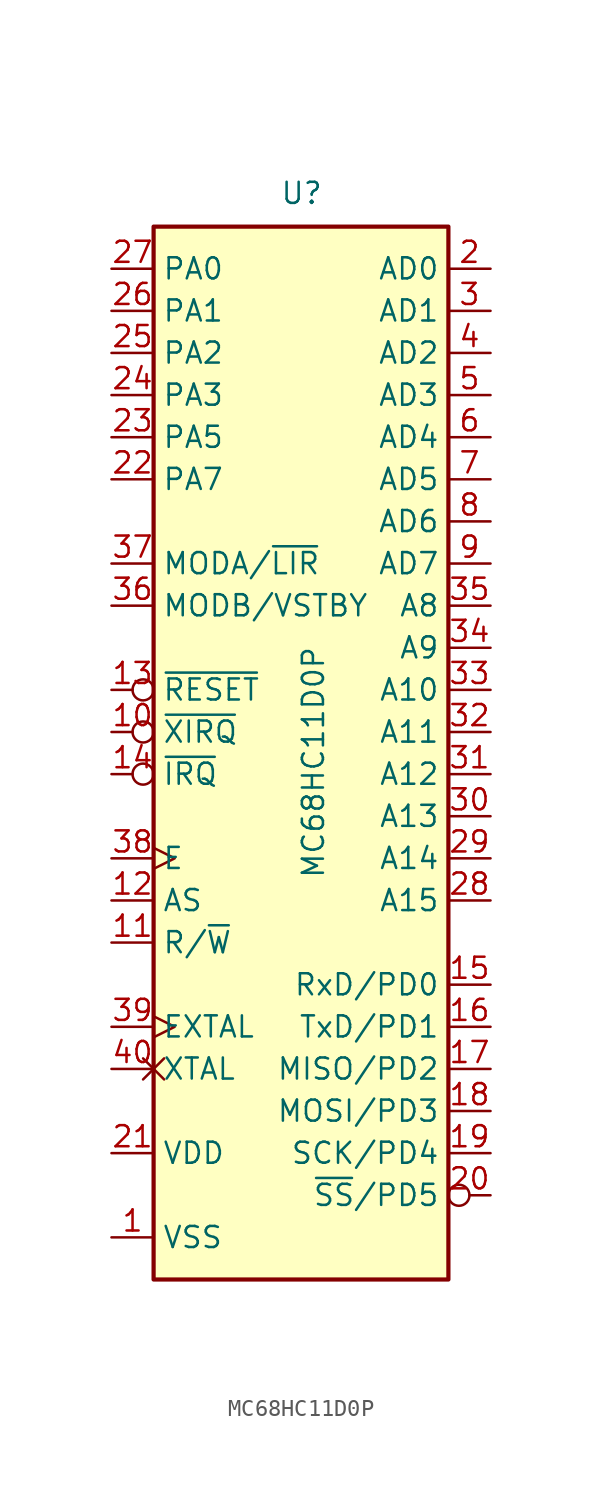
<source format=kicad_sym>
(kicad_symbol_lib
  (version 20220914)
  (generator kicad_symbol_editor)
  (symbol "MC68HC11D0P"
    (property "Reference" "U"
      (at -1.27 31.75 0)
      (effects (font (size 1.27 1.27)) (justify left bottom)))
    (property "Value" "MC68HC11D0P"
      (at 0 -8.89 90)
      (effects (font (size 1.27 1.27)) (justify left top)))
    (symbol "MC68HC11D0P_0_1"
      (rectangle (start -8.89 -33.02) (end 8.89 30.48) (stroke (width 0.254) (type default)) (fill (type background))))
    (symbol "MC68HC11D0P_1_1"
      (pin power_in line (at -11.43 -30.48 0) (length 2.54) (name "VSS" (effects (font (size 1.27 1.27)))) (number "1" (effects (font (size 1.27 1.27)))))
      (pin input inverted (at -11.43 0 0) (length 2.54) (name "~{XIRQ}" (effects (font (size 1.27 1.27)))) (number "10" (effects (font (size 1.27 1.27)))))
      (pin output line (at -11.43 -12.7 0) (length 2.54) (name "R/~{W}" (effects (font (size 1.27 1.27)))) (number "11" (effects (font (size 1.27 1.27)))))
      (pin output line (at -11.43 -10.16 0) (length 2.54) (name "AS" (effects (font (size 1.27 1.27)))) (number "12" (effects (font (size 1.27 1.27)))))
      (pin bidirectional inverted (at -11.43 2.54 0) (length 2.54) (name "~{RESET}" (effects (font (size 1.27 1.27)))) (number "13" (effects (font (size 1.27 1.27)))))
      (pin input inverted (at -11.43 -2.54 0) (length 2.54) (name "~{IRQ}" (effects (font (size 1.27 1.27)))) (number "14" (effects (font (size 1.27 1.27)))))
      (pin input line (at 11.43 -15.24 180) (length 2.54) (name "RxD/PD0" (effects (font (size 1.27 1.27)))) (number "15" (effects (font (size 1.27 1.27)))))
      (pin output line (at 11.43 -17.78 180) (length 2.54) (name "TxD/PD1" (effects (font (size 1.27 1.27)))) (number "16" (effects (font (size 1.27 1.27)))))
      (pin input line (at 11.43 -20.32 180) (length 2.54) (name "MISO/PD2" (effects (font (size 1.27 1.27)))) (number "17" (effects (font (size 1.27 1.27)))))
      (pin output line (at 11.43 -22.86 180) (length 2.54) (name "MOSI/PD3" (effects (font (size 1.27 1.27)))) (number "18" (effects (font (size 1.27 1.27)))))
      (pin output line (at 11.43 -25.4 180) (length 2.54) (name "SCK/PD4" (effects (font (size 1.27 1.27)))) (number "19" (effects (font (size 1.27 1.27)))))
      (pin bidirectional line (at 11.43 27.94 180) (length 2.54) (name "AD0" (effects (font (size 1.27 1.27)))) (number "2" (effects (font (size 1.27 1.27)))))
      (pin output inverted (at 11.43 -27.94 180) (length 2.54) (name "~{SS}/PD5" (effects (font (size 1.27 1.27)))) (number "20" (effects (font (size 1.27 1.27)))))
      (pin power_in line (at -11.43 -25.4 0) (length 2.54) (name "VDD" (effects (font (size 1.27 1.27)))) (number "21" (effects (font (size 1.27 1.27)))))
      (pin bidirectional line (at -11.43 15.24 0) (length 2.54) (name "PA7" (effects (font (size 1.27 1.27)))) (number "22" (effects (font (size 1.27 1.27)))))
      (pin bidirectional line (at -11.43 17.78 0) (length 2.54) (name "PA5" (effects (font (size 1.27 1.27)))) (number "23" (effects (font (size 1.27 1.27)))))
      (pin bidirectional line (at -11.43 20.32 0) (length 2.54) (name "PA3" (effects (font (size 1.27 1.27)))) (number "24" (effects (font (size 1.27 1.27)))))
      (pin bidirectional line (at -11.43 22.86 0) (length 2.54) (name "PA2" (effects (font (size 1.27 1.27)))) (number "25" (effects (font (size 1.27 1.27)))))
      (pin bidirectional line (at -11.43 25.4 0) (length 2.54) (name "PA1" (effects (font (size 1.27 1.27)))) (number "26" (effects (font (size 1.27 1.27)))))
      (pin bidirectional line (at -11.43 27.94 0) (length 2.54) (name "PA0" (effects (font (size 1.27 1.27)))) (number "27" (effects (font (size 1.27 1.27)))))
      (pin output line (at 11.43 -10.16 180) (length 2.54) (name "A15" (effects (font (size 1.27 1.27)))) (number "28" (effects (font (size 1.27 1.27)))))
      (pin output line (at 11.43 -7.62 180) (length 2.54) (name "A14" (effects (font (size 1.27 1.27)))) (number "29" (effects (font (size 1.27 1.27)))))
      (pin bidirectional line (at 11.43 25.4 180) (length 2.54) (name "AD1" (effects (font (size 1.27 1.27)))) (number "3" (effects (font (size 1.27 1.27)))))
      (pin output line (at 11.43 -5.08 180) (length 2.54) (name "A13" (effects (font (size 1.27 1.27)))) (number "30" (effects (font (size 1.27 1.27)))))
      (pin output line (at 11.43 -2.54 180) (length 2.54) (name "A12" (effects (font (size 1.27 1.27)))) (number "31" (effects (font (size 1.27 1.27)))))
      (pin output line (at 11.43 0 180) (length 2.54) (name "A11" (effects (font (size 1.27 1.27)))) (number "32" (effects (font (size 1.27 1.27)))))
      (pin output line (at 11.43 2.54 180) (length 2.54) (name "A10" (effects (font (size 1.27 1.27)))) (number "33" (effects (font (size 1.27 1.27)))))
      (pin output line (at 11.43 5.08 180) (length 2.54) (name "A9" (effects (font (size 1.27 1.27)))) (number "34" (effects (font (size 1.27 1.27)))))
      (pin output line (at 11.43 7.62 180) (length 2.54) (name "A8" (effects (font (size 1.27 1.27)))) (number "35" (effects (font (size 1.27 1.27)))))
      (pin input line (at -11.43 7.62 0) (length 2.54) (name "MODB/VSTBY" (effects (font (size 1.27 1.27)))) (number "36" (effects (font (size 1.27 1.27)))))
      (pin bidirectional line (at -11.43 10.16 0) (length 2.54) (name "MODA/~{LIR}" (effects (font (size 1.27 1.27)))) (number "37" (effects (font (size 1.27 1.27)))))
      (pin output clock (at -11.43 -7.62 0) (length 2.54) (name "E" (effects (font (size 1.27 1.27)))) (number "38" (effects (font (size 1.27 1.27)))))
      (pin input clock (at -11.43 -17.78 0) (length 2.54) (name "EXTAL" (effects (font (size 1.27 1.27)))) (number "39" (effects (font (size 1.27 1.27)))))
      (pin bidirectional line (at 11.43 22.86 180) (length 2.54) (name "AD2" (effects (font (size 1.27 1.27)))) (number "4" (effects (font (size 1.27 1.27)))))
      (pin output non_logic (at -11.43 -20.32 0) (length 2.54) (name "XTAL" (effects (font (size 1.27 1.27)))) (number "40" (effects (font (size 1.27 1.27)))))
      (pin bidirectional line (at 11.43 20.32 180) (length 2.54) (name "AD3" (effects (font (size 1.27 1.27)))) (number "5" (effects (font (size 1.27 1.27)))))
      (pin bidirectional line (at 11.43 17.78 180) (length 2.54) (name "AD4" (effects (font (size 1.27 1.27)))) (number "6" (effects (font (size 1.27 1.27)))))
      (pin bidirectional line (at 11.43 15.24 180) (length 2.54) (name "AD5" (effects (font (size 1.27 1.27)))) (number "7" (effects (font (size 1.27 1.27)))))
      (pin bidirectional line (at 11.43 12.7 180) (length 2.54) (name "AD6" (effects (font (size 1.27 1.27)))) (number "8" (effects (font (size 1.27 1.27)))))
      (pin bidirectional line (at 11.43 10.16 180) (length 2.54) (name "AD7" (effects (font (size 1.27 1.27)))) (number "9" (effects (font (size 1.27 1.27))))))))
</source>
